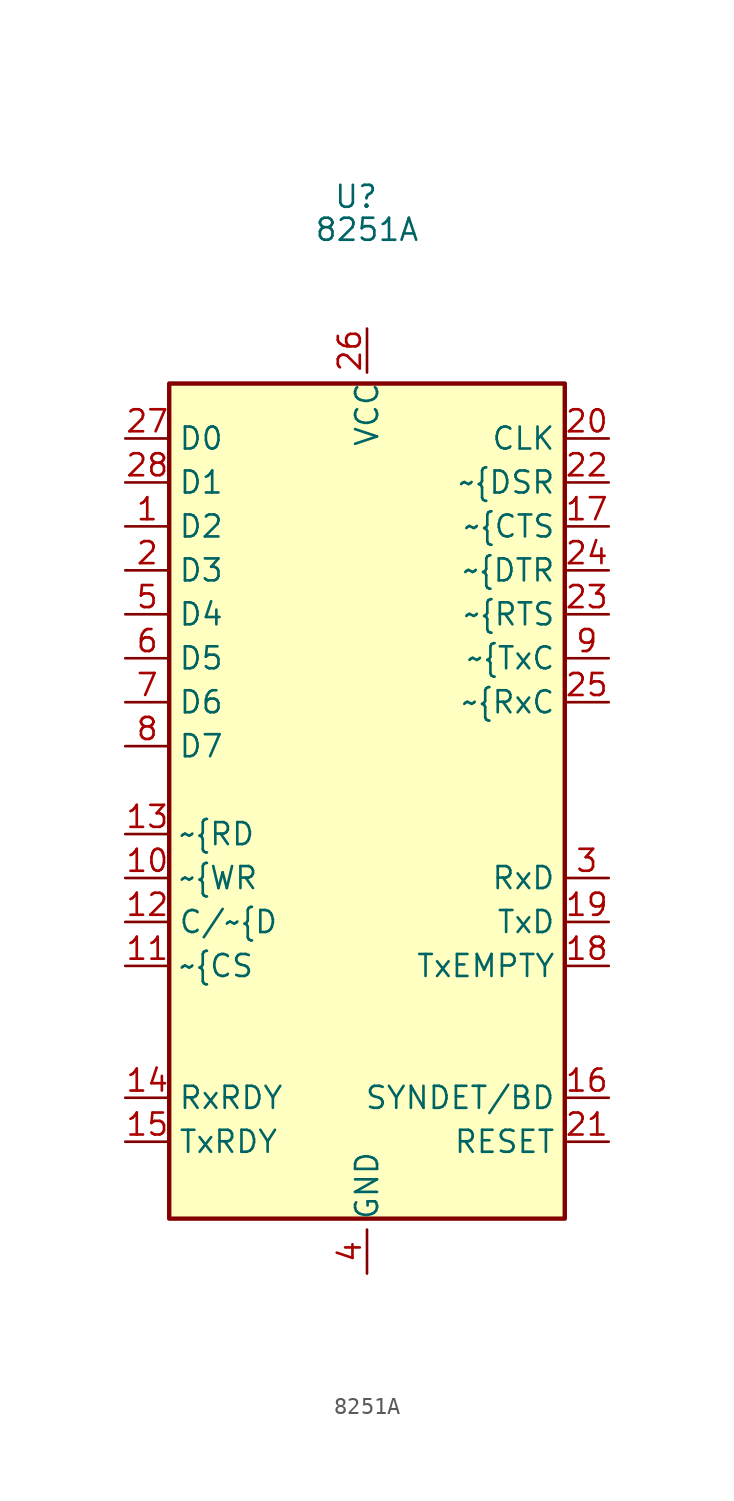
<source format=kicad_sym>
(kicad_symbol_lib
  (version 20231120)
  (generator "kicad_symbol_editor")
  (generator_version "8.0")
  (symbol "8251A"
    (property "Reference" "U"
      (at -0.635 13.97 0)
      (effects (font (size 1.27 1.27))))
    (property "Value" "8251A"
      (at 0 12.065 0)
      (effects (font (size 1.27 1.27))))
    (symbol "8251A_0_1"
      (rectangle (start -11.43 3.175) (end 11.43 -45.085) (stroke (width 0.254) (type default)) (fill (type background))))
    (symbol "8251A_1_1"
      (pin input line (at -13.97 -5.08 0) (length 2.54) (name "D2" (effects (font (size 1.27 1.27)))) (number "1" (effects (font (size 1.27 1.27)))))
      (pin input line (at -13.97 -25.4 0) (length 2.54) (name "~{WR" (effects (font (size 1.27 1.27)))) (number "10" (effects (font (size 1.27 1.27)))))
      (pin input line (at -13.97 -30.48 0) (length 2.54) (name "~{CS" (effects (font (size 1.27 1.27)))) (number "11" (effects (font (size 1.27 1.27)))))
      (pin input line (at -13.97 -27.94 0) (length 2.54) (name "C/~{D" (effects (font (size 1.27 1.27)))) (number "12" (effects (font (size 1.27 1.27)))))
      (pin input line (at -13.97 -22.86 0) (length 2.54) (name "~{RD" (effects (font (size 1.27 1.27)))) (number "13" (effects (font (size 1.27 1.27)))))
      (pin input line (at -13.97 -38.1 0) (length 2.54) (name "RxRDY" (effects (font (size 1.27 1.27)))) (number "14" (effects (font (size 1.27 1.27)))))
      (pin input line (at -13.97 -40.64 0) (length 2.54) (name "TxRDY" (effects (font (size 1.27 1.27)))) (number "15" (effects (font (size 1.27 1.27)))))
      (pin input line (at 13.97 -38.1 180) (length 2.54) (name "SYNDET/BD" (effects (font (size 1.27 1.27)))) (number "16" (effects (font (size 1.27 1.27)))))
      (pin input line (at 13.97 -5.08 180) (length 2.54) (name "~{CTS" (effects (font (size 1.27 1.27)))) (number "17" (effects (font (size 1.27 1.27)))))
      (pin input line (at 13.97 -30.48 180) (length 2.54) (name "TxEMPTY" (effects (font (size 1.27 1.27)))) (number "18" (effects (font (size 1.27 1.27)))))
      (pin input line (at 13.97 -27.94 180) (length 2.54) (name "TxD" (effects (font (size 1.27 1.27)))) (number "19" (effects (font (size 1.27 1.27)))))
      (pin input line (at -13.97 -7.62 0) (length 2.54) (name "D3" (effects (font (size 1.27 1.27)))) (number "2" (effects (font (size 1.27 1.27)))))
      (pin input line (at 13.97 0 180) (length 2.54) (name "CLK" (effects (font (size 1.27 1.27)))) (number "20" (effects (font (size 1.27 1.27)))))
      (pin input line (at 13.97 -40.64 180) (length 2.54) (name "RESET" (effects (font (size 1.27 1.27)))) (number "21" (effects (font (size 1.27 1.27)))))
      (pin input line (at 13.97 -2.54 180) (length 2.54) (name "~{DSR" (effects (font (size 1.27 1.27)))) (number "22" (effects (font (size 1.27 1.27)))))
      (pin input line (at 13.97 -10.16 180) (length 2.54) (name "~{RTS" (effects (font (size 1.27 1.27)))) (number "23" (effects (font (size 1.27 1.27)))))
      (pin input line (at 13.97 -7.62 180) (length 2.54) (name "~{DTR" (effects (font (size 1.27 1.27)))) (number "24" (effects (font (size 1.27 1.27)))))
      (pin input line (at 13.97 -15.24 180) (length 2.54) (name "~{RxC" (effects (font (size 1.27 1.27)))) (number "25" (effects (font (size 1.27 1.27)))))
      (pin input line (at 0 6.35 270) (length 2.54) (name "VCC" (effects (font (size 1.27 1.27)))) (number "26" (effects (font (size 1.27 1.27)))))
      (pin input line (at -13.97 0 0) (length 2.54) (name "D0" (effects (font (size 1.27 1.27)))) (number "27" (effects (font (size 1.27 1.27)))))
      (pin input line (at -13.97 -2.54 0) (length 2.54) (name "D1" (effects (font (size 1.27 1.27)))) (number "28" (effects (font (size 1.27 1.27)))))
      (pin input line (at 13.97 -25.4 180) (length 2.54) (name "RxD" (effects (font (size 1.27 1.27)))) (number "3" (effects (font (size 1.27 1.27)))))
      (pin input line (at 0 -48.26 90) (length 2.54) (name "GND" (effects (font (size 1.27 1.27)))) (number "4" (effects (font (size 1.27 1.27)))))
      (pin input line (at -13.97 -10.16 0) (length 2.54) (name "D4" (effects (font (size 1.27 1.27)))) (number "5" (effects (font (size 1.27 1.27)))))
      (pin input line (at -13.97 -12.7 0) (length 2.54) (name "D5" (effects (font (size 1.27 1.27)))) (number "6" (effects (font (size 1.27 1.27)))))
      (pin input line (at -13.97 -15.24 0) (length 2.54) (name "D6" (effects (font (size 1.27 1.27)))) (number "7" (effects (font (size 1.27 1.27)))))
      (pin input line (at -13.97 -17.78 0) (length 2.54) (name "D7" (effects (font (size 1.27 1.27)))) (number "8" (effects (font (size 1.27 1.27)))))
      (pin input line (at 13.97 -12.7 180) (length 2.54) (name "~{TxC" (effects (font (size 1.27 1.27)))) (number "9" (effects (font (size 1.27 1.27))))))))
</source>
